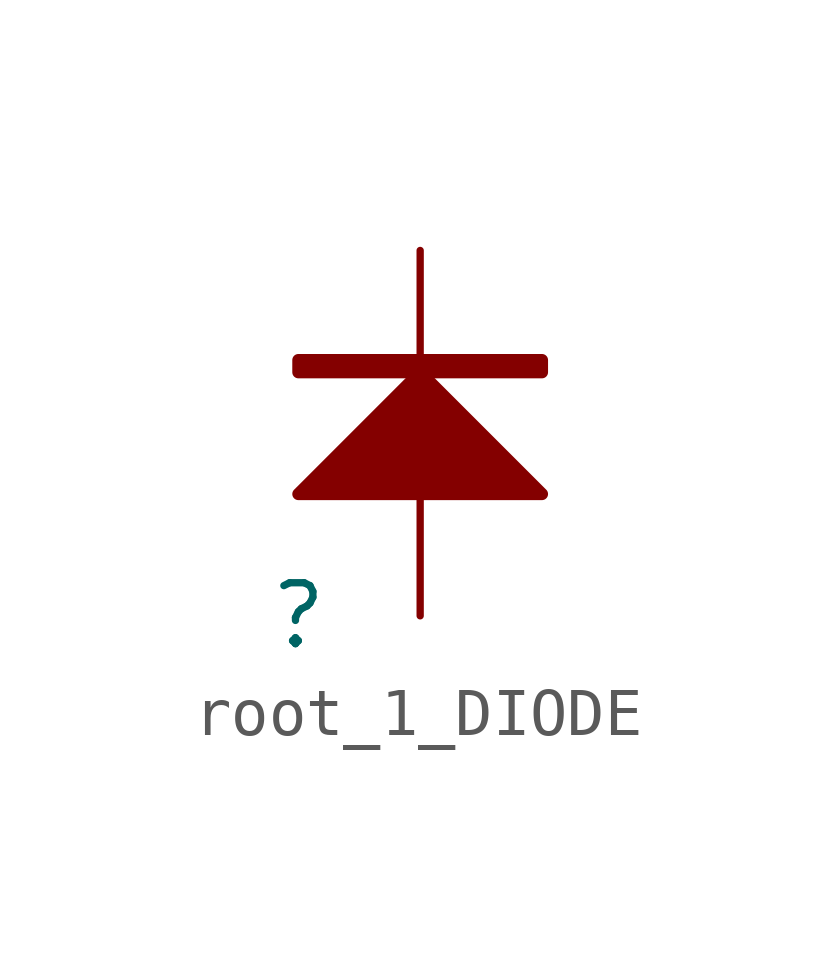
<source format=kicad_sym>
(kicad_symbol_lib
  (version 20220914)
  (generator kicad_symbol_editor)
  (symbol "root_1_DIODE"
    (property "Reference" ""
      (at 0 0 0)
      (effects (font (size 1.27 1.27))))
    (property "Value" ""
      (at 0 0 0)
      (effects (font (size 1.27 1.27))))
    (symbol "root_1_DIODE_1_0"
      (polyline (pts (xy 0 2.54) (xy 2.54 5.08) (xy 5.08 2.54) (xy 0 2.54)) (stroke (width 0.254) (type solid)) (fill (type outline)))
      (polyline (pts (xy 5.08 5.08) (xy 5.08 5.334) (xy 0 5.334) (xy 0 5.08) (xy 5.08 5.08)) (stroke (width 0.254) (type solid)) (fill (type outline)))
      (pin passive line (at 2.54 0 90) (length 2.54) (name "A" (effects (font (size 0 0)))) (number "1" (effects (font (size 0 0)))))
      (pin passive line (at 2.54 7.62 270) (length 2.54) (name "K" (effects (font (size 0 0)))) (number "2" (effects (font (size 0 0))))))))
</source>
